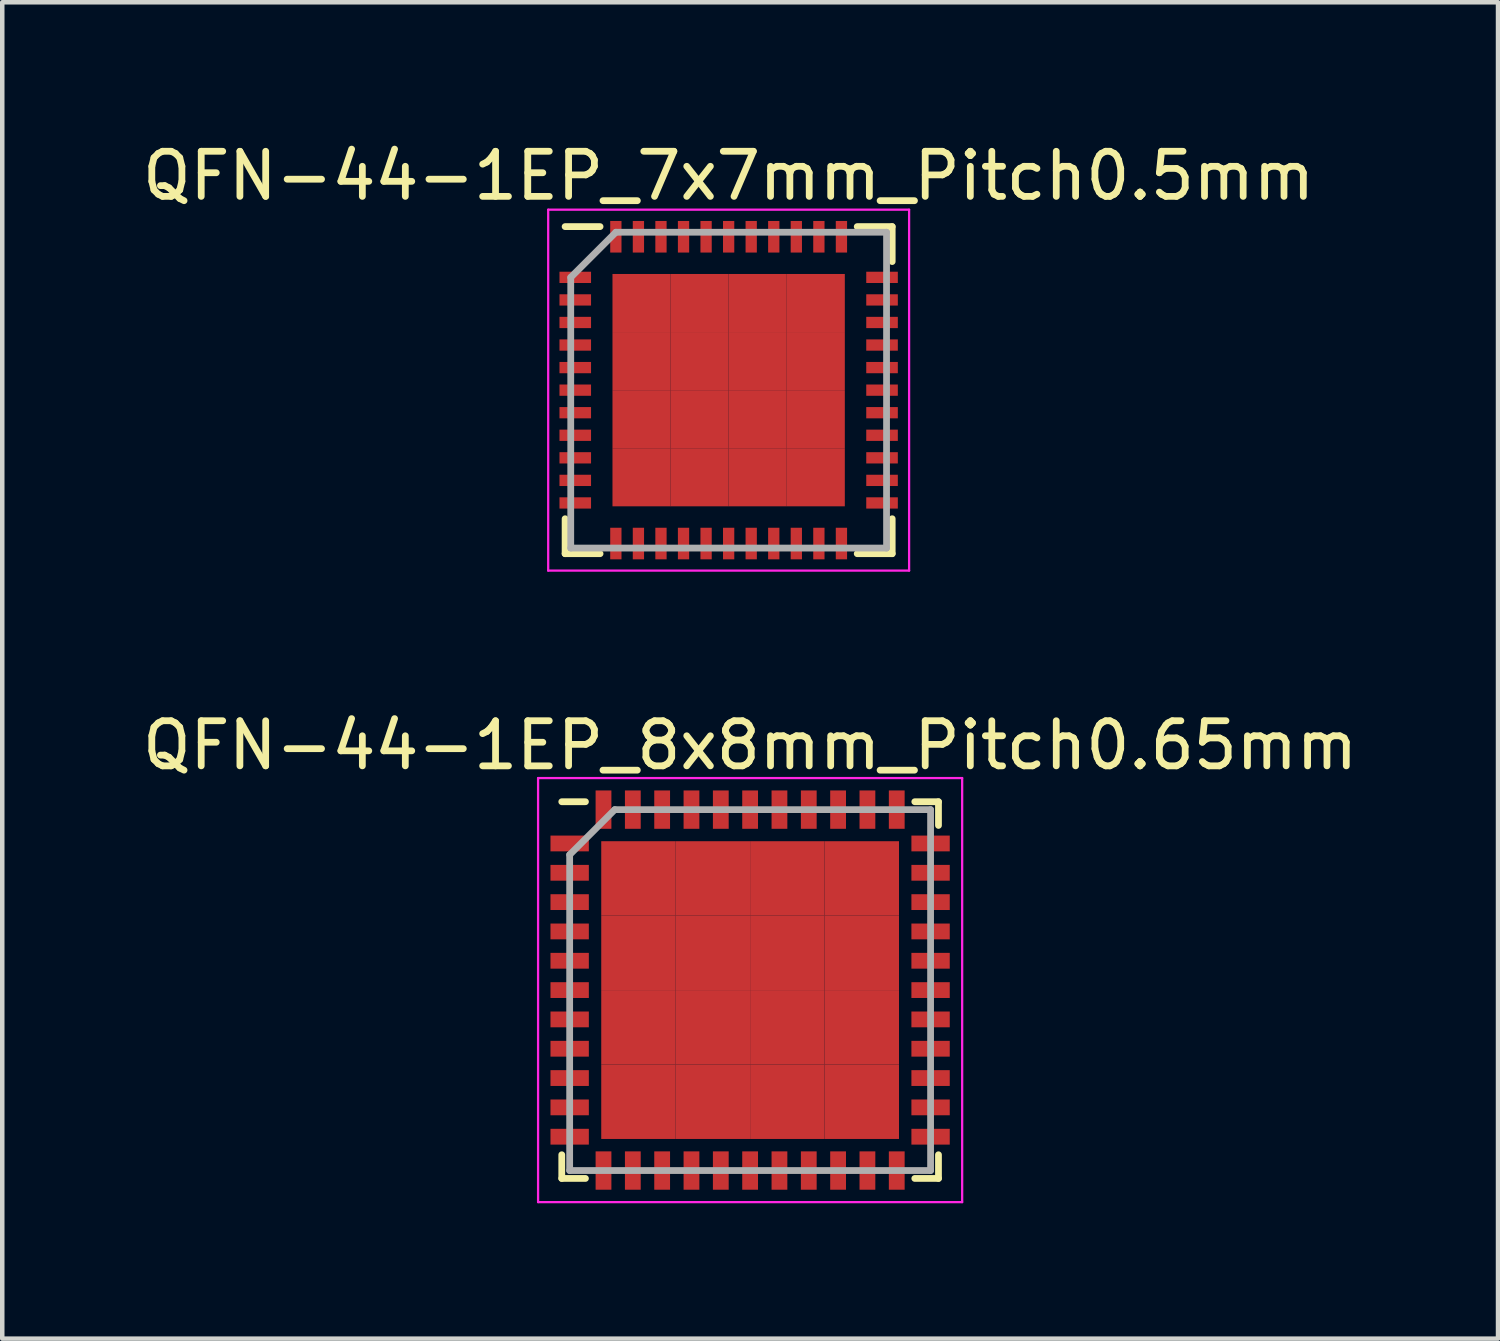
<source format=kicad_pcb>
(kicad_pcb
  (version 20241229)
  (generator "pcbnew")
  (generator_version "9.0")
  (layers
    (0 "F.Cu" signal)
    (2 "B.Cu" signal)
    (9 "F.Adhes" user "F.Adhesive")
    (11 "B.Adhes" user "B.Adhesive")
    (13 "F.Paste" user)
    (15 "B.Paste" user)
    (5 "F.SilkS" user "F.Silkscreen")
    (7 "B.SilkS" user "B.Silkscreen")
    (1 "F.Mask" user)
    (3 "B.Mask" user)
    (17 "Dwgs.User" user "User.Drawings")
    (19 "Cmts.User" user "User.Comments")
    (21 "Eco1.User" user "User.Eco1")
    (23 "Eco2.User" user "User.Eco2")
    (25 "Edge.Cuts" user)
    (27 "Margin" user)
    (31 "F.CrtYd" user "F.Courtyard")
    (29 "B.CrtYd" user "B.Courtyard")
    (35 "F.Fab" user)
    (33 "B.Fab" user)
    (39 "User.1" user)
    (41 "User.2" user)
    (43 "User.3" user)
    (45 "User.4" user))
  (footprint "QFN-44-1EP_7x7mm_Pitch0.5mm"
    (layer "F.Cu")
    (at 13.101 5.598)
    (property "Reference" "QFN-44-1EP_7x7mm_Pitch0.5mm" (at 0 -4.75 0) (layer "F.SilkS") (effects (font (size 1 1) (thickness 0.15))))
    (attr smd)
    (fp_line (start -3.625 -3.625) (end -2.85 -3.625) (stroke (width 0.15) (type solid)) (layer "F.SilkS"))
    (fp_line (start -3.625 3.625) (end -3.625 2.85) (stroke (width 0.15) (type solid)) (layer "F.SilkS"))
    (fp_line (start -3.625 3.625) (end -2.85 3.625) (stroke (width 0.15) (type solid)) (layer "F.SilkS"))
    (fp_line (start 3.625 -3.625) (end 2.85 -3.625) (stroke (width 0.15) (type solid)) (layer "F.SilkS"))
    (fp_line (start 3.625 -3.625) (end 3.625 -2.85) (stroke (width 0.15) (type solid)) (layer "F.SilkS"))
    (fp_line (start 3.625 3.625) (end 2.85 3.625) (stroke (width 0.15) (type solid)) (layer "F.SilkS"))
    (fp_line (start 3.625 3.625) (end 3.625 2.85) (stroke (width 0.15) (type solid)) (layer "F.SilkS"))
    (fp_line (start -4 -4) (end -4 4) (stroke (width 0.05) (type solid)) (layer "F.CrtYd"))
    (fp_line (start -4 -4) (end 4 -4) (stroke (width 0.05) (type solid)) (layer "F.CrtYd"))
    (fp_line (start -4 4) (end 4 4) (stroke (width 0.05) (type solid)) (layer "F.CrtYd"))
    (fp_line (start 4 -4) (end 4 4) (stroke (width 0.05) (type solid)) (layer "F.CrtYd"))
    (fp_line (start -3.5 -2.5) (end -2.5 -3.5) (stroke (width 0.15) (type solid)) (layer "F.Fab"))
    (fp_line (start -3.5 3.5) (end -3.5 -2.5) (stroke (width 0.15) (type solid)) (layer "F.Fab"))
    (fp_line (start -2.5 -3.5) (end 3.5 -3.5) (stroke (width 0.15) (type solid)) (layer "F.Fab"))
    (fp_line (start 3.5 -3.5) (end 3.5 3.5) (stroke (width 0.15) (type solid)) (layer "F.Fab"))
    (fp_line (start 3.5 3.5) (end -3.5 3.5) (stroke (width 0.15) (type solid)) (layer "F.Fab"))
    (pad "1" smd rect (at -3.4 -2.5) (size 0.7 0.25) (layers "F.Cu" "F.Mask" "F.Paste"))
    (pad "2" smd rect (at -3.4 -2) (size 0.7 0.25) (layers "F.Cu" "F.Mask" "F.Paste"))
    (pad "3" smd rect (at -3.4 -1.5) (size 0.7 0.25) (layers "F.Cu" "F.Mask" "F.Paste"))
    (pad "4" smd rect (at -3.4 -1) (size 0.7 0.25) (layers "F.Cu" "F.Mask" "F.Paste"))
    (pad "5" smd rect (at -3.4 -0.5) (size 0.7 0.25) (layers "F.Cu" "F.Mask" "F.Paste"))
    (pad "6" smd rect (at -3.4 0) (size 0.7 0.25) (layers "F.Cu" "F.Mask" "F.Paste"))
    (pad "7" smd rect (at -3.4 0.5) (size 0.7 0.25) (layers "F.Cu" "F.Mask" "F.Paste"))
    (pad "8" smd rect (at -3.4 1) (size 0.7 0.25) (layers "F.Cu" "F.Mask" "F.Paste"))
    (pad "9" smd rect (at -3.4 1.5) (size 0.7 0.25) (layers "F.Cu" "F.Mask" "F.Paste"))
    (pad "10" smd rect (at -3.4 2) (size 0.7 0.25) (layers "F.Cu" "F.Mask" "F.Paste"))
    (pad "11" smd rect (at -3.4 2.5) (size 0.7 0.25) (layers "F.Cu" "F.Mask" "F.Paste"))
    (pad "12" smd rect (at -2.5 3.4 90) (size 0.7 0.25) (layers "F.Cu" "F.Mask" "F.Paste"))
    (pad "13" smd rect (at -2 3.4 90) (size 0.7 0.25) (layers "F.Cu" "F.Mask" "F.Paste"))
    (pad "14" smd rect (at -1.5 3.4 90) (size 0.7 0.25) (layers "F.Cu" "F.Mask" "F.Paste"))
    (pad "15" smd rect (at -1 3.4 90) (size 0.7 0.25) (layers "F.Cu" "F.Mask" "F.Paste"))
    (pad "16" smd rect (at -0.5 3.4 90) (size 0.7 0.25) (layers "F.Cu" "F.Mask" "F.Paste"))
    (pad "17" smd rect (at 0 3.4 90) (size 0.7 0.25) (layers "F.Cu" "F.Mask" "F.Paste"))
    (pad "18" smd rect (at 0.5 3.4 90) (size 0.7 0.25) (layers "F.Cu" "F.Mask" "F.Paste"))
    (pad "19" smd rect (at 1 3.4 90) (size 0.7 0.25) (layers "F.Cu" "F.Mask" "F.Paste"))
    (pad "20" smd rect (at 1.5 3.4 90) (size 0.7 0.25) (layers "F.Cu" "F.Mask" "F.Paste"))
    (pad "21" smd rect (at 2 3.4 90) (size 0.7 0.25) (layers "F.Cu" "F.Mask" "F.Paste"))
    (pad "22" smd rect (at 2.5 3.4 90) (size 0.7 0.25) (layers "F.Cu" "F.Mask" "F.Paste"))
    (pad "23" smd rect (at 3.4 2.5) (size 0.7 0.25) (layers "F.Cu" "F.Mask" "F.Paste"))
    (pad "24" smd rect (at 3.4 2) (size 0.7 0.25) (layers "F.Cu" "F.Mask" "F.Paste"))
    (pad "25" smd rect (at 3.4 1.5) (size 0.7 0.25) (layers "F.Cu" "F.Mask" "F.Paste"))
    (pad "26" smd rect (at 3.4 1) (size 0.7 0.25) (layers "F.Cu" "F.Mask" "F.Paste"))
    (pad "27" smd rect (at 3.4 0.5) (size 0.7 0.25) (layers "F.Cu" "F.Mask" "F.Paste"))
    (pad "28" smd rect (at 3.4 0) (size 0.7 0.25) (layers "F.Cu" "F.Mask" "F.Paste"))
    (pad "29" smd rect (at 3.4 -0.5) (size 0.7 0.25) (layers "F.Cu" "F.Mask" "F.Paste"))
    (pad "30" smd rect (at 3.4 -1) (size 0.7 0.25) (layers "F.Cu" "F.Mask" "F.Paste"))
    (pad "31" smd rect (at 3.4 -1.5) (size 0.7 0.25) (layers "F.Cu" "F.Mask" "F.Paste"))
    (pad "32" smd rect (at 3.4 -2) (size 0.7 0.25) (layers "F.Cu" "F.Mask" "F.Paste"))
    (pad "33" smd rect (at 3.4 -2.5) (size 0.7 0.25) (layers "F.Cu" "F.Mask" "F.Paste"))
    (pad "34" smd rect (at 2.5 -3.4 90) (size 0.7 0.25) (layers "F.Cu" "F.Mask" "F.Paste"))
    (pad "35" smd rect (at 2 -3.4 90) (size 0.7 0.25) (layers "F.Cu" "F.Mask" "F.Paste"))
    (pad "36" smd rect (at 1.5 -3.4 90) (size 0.7 0.25) (layers "F.Cu" "F.Mask" "F.Paste"))
    (pad "37" smd rect (at 1 -3.4 90) (size 0.7 0.25) (layers "F.Cu" "F.Mask" "F.Paste"))
    (pad "38" smd rect (at 0.5 -3.4 90) (size 0.7 0.25) (layers "F.Cu" "F.Mask" "F.Paste"))
    (pad "39" smd rect (at 0 -3.4 90) (size 0.7 0.25) (layers "F.Cu" "F.Mask" "F.Paste"))
    (pad "40" smd rect (at -0.5 -3.4 90) (size 0.7 0.25) (layers "F.Cu" "F.Mask" "F.Paste"))
    (pad "41" smd rect (at -1 -3.4 90) (size 0.7 0.25) (layers "F.Cu" "F.Mask" "F.Paste"))
    (pad "42" smd rect (at -1.5 -3.4 90) (size 0.7 0.25) (layers "F.Cu" "F.Mask" "F.Paste"))
    (pad "43" smd rect (at -2 -3.4 90) (size 0.7 0.25) (layers "F.Cu" "F.Mask" "F.Paste"))
    (pad "44" smd rect (at -2.5 -3.4 90) (size 0.7 0.25) (layers "F.Cu" "F.Mask" "F.Paste"))
    (pad "45" smd rect (at -1.931 -1.931) (size 1.288 1.288) (layers "F.Cu" "F.Mask" "F.Paste"))
    (pad "45" smd rect (at -1.931 -0.644) (size 1.288 1.288) (layers "F.Cu" "F.Mask" "F.Paste"))
    (pad "45" smd rect (at -1.931 0.644) (size 1.288 1.288) (layers "F.Cu" "F.Mask" "F.Paste"))
    (pad "45" smd rect (at -1.931 1.931) (size 1.288 1.288) (layers "F.Cu" "F.Mask" "F.Paste"))
    (pad "45" smd rect (at -0.644 -1.931) (size 1.288 1.288) (layers "F.Cu" "F.Mask" "F.Paste"))
    (pad "45" smd rect (at -0.644 -0.644) (size 1.288 1.288) (layers "F.Cu" "F.Mask" "F.Paste"))
    (pad "45" smd rect (at -0.644 0.644) (size 1.288 1.288) (layers "F.Cu" "F.Mask" "F.Paste"))
    (pad "45" smd rect (at -0.644 1.931) (size 1.288 1.288) (layers "F.Cu" "F.Mask" "F.Paste"))
    (pad "45" smd rect (at 0.644 -1.931) (size 1.288 1.288) (layers "F.Cu" "F.Mask" "F.Paste"))
    (pad "45" smd rect (at 0.644 -0.644) (size 1.288 1.288) (layers "F.Cu" "F.Mask" "F.Paste"))
    (pad "45" smd rect (at 0.644 0.644) (size 1.288 1.288) (layers "F.Cu" "F.Mask" "F.Paste"))
    (pad "45" smd rect (at 0.644 1.931) (size 1.288 1.288) (layers "F.Cu" "F.Mask" "F.Paste"))
    (pad "45" smd rect (at 1.931 -1.931) (size 1.288 1.288) (layers "F.Cu" "F.Mask" "F.Paste"))
    (pad "45" smd rect (at 1.931 -0.644) (size 1.288 1.288) (layers "F.Cu" "F.Mask" "F.Paste"))
    (pad "45" smd rect (at 1.931 0.644) (size 1.288 1.288) (layers "F.Cu" "F.Mask" "F.Paste"))
    (pad "45" smd rect (at 1.931 1.931) (size 1.288 1.288) (layers "F.Cu" "F.Mask" "F.Paste")))
  (footprint "QFN-44-1EP_8x8mm_Pitch0.65mm"
    (layer "F.Cu")
    (at 13.577 18.896)
    (property "Reference" "QFN-44-1EP_8x8mm_Pitch0.65mm" (at 0 -5.425 0) (layer "F.SilkS") (effects (font (size 1 1) (thickness 0.15))))
    (attr smd)
    (fp_line (start -4.175 -4.175) (end -3.65 -4.175) (stroke (width 0.15) (type solid)) (layer "F.SilkS"))
    (fp_line (start -4.175 4.175) (end -4.175 3.65) (stroke (width 0.15) (type solid)) (layer "F.SilkS"))
    (fp_line (start -4.175 4.175) (end -3.65 4.175) (stroke (width 0.15) (type solid)) (layer "F.SilkS"))
    (fp_line (start 4.175 -4.175) (end 3.65 -4.175) (stroke (width 0.15) (type solid)) (layer "F.SilkS"))
    (fp_line (start 4.175 -4.175) (end 4.175 -3.65) (stroke (width 0.15) (type solid)) (layer "F.SilkS"))
    (fp_line (start 4.175 4.175) (end 3.65 4.175) (stroke (width 0.15) (type solid)) (layer "F.SilkS"))
    (fp_line (start 4.175 4.175) (end 4.175 3.65) (stroke (width 0.15) (type solid)) (layer "F.SilkS"))
    (fp_line (start -4.7 -4.7) (end -4.7 4.7) (stroke (width 0.05) (type solid)) (layer "F.CrtYd"))
    (fp_line (start -4.7 -4.7) (end 4.7 -4.7) (stroke (width 0.05) (type solid)) (layer "F.CrtYd"))
    (fp_line (start -4.7 4.7) (end 4.7 4.7) (stroke (width 0.05) (type solid)) (layer "F.CrtYd"))
    (fp_line (start 4.7 -4.7) (end 4.7 4.7) (stroke (width 0.05) (type solid)) (layer "F.CrtYd"))
    (fp_line (start -4 -3) (end -3 -4) (stroke (width 0.15) (type solid)) (layer "F.Fab"))
    (fp_line (start -4 4) (end -4 -3) (stroke (width 0.15) (type solid)) (layer "F.Fab"))
    (fp_line (start -3 -4) (end 4 -4) (stroke (width 0.15) (type solid)) (layer "F.Fab"))
    (fp_line (start 4 -4) (end 4 4) (stroke (width 0.15) (type solid)) (layer "F.Fab"))
    (fp_line (start 4 4) (end -4 4) (stroke (width 0.15) (type solid)) (layer "F.Fab"))
    (pad "1" smd rect (at -4 -3.25) (size 0.85 0.35) (layers "F.Cu" "F.Mask" "F.Paste"))
    (pad "2" smd rect (at -4 -2.6) (size 0.85 0.35) (layers "F.Cu" "F.Mask" "F.Paste"))
    (pad "3" smd rect (at -4 -1.95) (size 0.85 0.35) (layers "F.Cu" "F.Mask" "F.Paste"))
    (pad "4" smd rect (at -4 -1.3) (size 0.85 0.35) (layers "F.Cu" "F.Mask" "F.Paste"))
    (pad "5" smd rect (at -4 -0.65) (size 0.85 0.35) (layers "F.Cu" "F.Mask" "F.Paste"))
    (pad "6" smd rect (at -4 0) (size 0.85 0.35) (layers "F.Cu" "F.Mask" "F.Paste"))
    (pad "7" smd rect (at -4 0.65) (size 0.85 0.35) (layers "F.Cu" "F.Mask" "F.Paste"))
    (pad "8" smd rect (at -4 1.3) (size 0.85 0.35) (layers "F.Cu" "F.Mask" "F.Paste"))
    (pad "9" smd rect (at -4 1.95) (size 0.85 0.35) (layers "F.Cu" "F.Mask" "F.Paste"))
    (pad "10" smd rect (at -4 2.6) (size 0.85 0.35) (layers "F.Cu" "F.Mask" "F.Paste"))
    (pad "11" smd rect (at -4 3.25) (size 0.85 0.35) (layers "F.Cu" "F.Mask" "F.Paste"))
    (pad "12" smd rect (at -3.25 4 90) (size 0.85 0.35) (layers "F.Cu" "F.Mask" "F.Paste"))
    (pad "13" smd rect (at -2.6 4 90) (size 0.85 0.35) (layers "F.Cu" "F.Mask" "F.Paste"))
    (pad "14" smd rect (at -1.95 4 90) (size 0.85 0.35) (layers "F.Cu" "F.Mask" "F.Paste"))
    (pad "15" smd rect (at -1.3 4 90) (size 0.85 0.35) (layers "F.Cu" "F.Mask" "F.Paste"))
    (pad "16" smd rect (at -0.65 4 90) (size 0.85 0.35) (layers "F.Cu" "F.Mask" "F.Paste"))
    (pad "17" smd rect (at 0 4 90) (size 0.85 0.35) (layers "F.Cu" "F.Mask" "F.Paste"))
    (pad "18" smd rect (at 0.65 4 90) (size 0.85 0.35) (layers "F.Cu" "F.Mask" "F.Paste"))
    (pad "19" smd rect (at 1.3 4 90) (size 0.85 0.35) (layers "F.Cu" "F.Mask" "F.Paste"))
    (pad "20" smd rect (at 1.95 4 90) (size 0.85 0.35) (layers "F.Cu" "F.Mask" "F.Paste"))
    (pad "21" smd rect (at 2.6 4 90) (size 0.85 0.35) (layers "F.Cu" "F.Mask" "F.Paste"))
    (pad "22" smd rect (at 3.25 4 90) (size 0.85 0.35) (layers "F.Cu" "F.Mask" "F.Paste"))
    (pad "23" smd rect (at 4 3.25) (size 0.85 0.35) (layers "F.Cu" "F.Mask" "F.Paste"))
    (pad "24" smd rect (at 4 2.6) (size 0.85 0.35) (layers "F.Cu" "F.Mask" "F.Paste"))
    (pad "25" smd rect (at 4 1.95) (size 0.85 0.35) (layers "F.Cu" "F.Mask" "F.Paste"))
    (pad "26" smd rect (at 4 1.3) (size 0.85 0.35) (layers "F.Cu" "F.Mask" "F.Paste"))
    (pad "27" smd rect (at 4 0.65) (size 0.85 0.35) (layers "F.Cu" "F.Mask" "F.Paste"))
    (pad "28" smd rect (at 4 0) (size 0.85 0.35) (layers "F.Cu" "F.Mask" "F.Paste"))
    (pad "29" smd rect (at 4 -0.65) (size 0.85 0.35) (layers "F.Cu" "F.Mask" "F.Paste"))
    (pad "30" smd rect (at 4 -1.3) (size 0.85 0.35) (layers "F.Cu" "F.Mask" "F.Paste"))
    (pad "31" smd rect (at 4 -1.95) (size 0.85 0.35) (layers "F.Cu" "F.Mask" "F.Paste"))
    (pad "32" smd rect (at 4 -2.6) (size 0.85 0.35) (layers "F.Cu" "F.Mask" "F.Paste"))
    (pad "33" smd rect (at 4 -3.25) (size 0.85 0.35) (layers "F.Cu" "F.Mask" "F.Paste"))
    (pad "34" smd rect (at 3.25 -4 90) (size 0.85 0.35) (layers "F.Cu" "F.Mask" "F.Paste"))
    (pad "35" smd rect (at 2.6 -4 90) (size 0.85 0.35) (layers "F.Cu" "F.Mask" "F.Paste"))
    (pad "36" smd rect (at 1.95 -4 90) (size 0.85 0.35) (layers "F.Cu" "F.Mask" "F.Paste"))
    (pad "37" smd rect (at 1.3 -4 90) (size 0.85 0.35) (layers "F.Cu" "F.Mask" "F.Paste"))
    (pad "38" smd rect (at 0.65 -4 90) (size 0.85 0.35) (layers "F.Cu" "F.Mask" "F.Paste"))
    (pad "39" smd rect (at 0 -4 90) (size 0.85 0.35) (layers "F.Cu" "F.Mask" "F.Paste"))
    (pad "40" smd rect (at -0.65 -4 90) (size 0.85 0.35) (layers "F.Cu" "F.Mask" "F.Paste"))
    (pad "41" smd rect (at -1.3 -4 90) (size 0.85 0.35) (layers "F.Cu" "F.Mask" "F.Paste"))
    (pad "42" smd rect (at -1.95 -4 90) (size 0.85 0.35) (layers "F.Cu" "F.Mask" "F.Paste"))
    (pad "43" smd rect (at -2.6 -4 90) (size 0.85 0.35) (layers "F.Cu" "F.Mask" "F.Paste"))
    (pad "44" smd rect (at -3.25 -4 90) (size 0.85 0.35) (layers "F.Cu" "F.Mask" "F.Paste"))
    (pad "45" smd rect (at -2.475 -2.475) (size 1.65 1.65) (layers "F.Cu" "F.Mask" "F.Paste"))
    (pad "45" smd rect (at -2.475 -0.825) (size 1.65 1.65) (layers "F.Cu" "F.Mask" "F.Paste"))
    (pad "45" smd rect (at -2.475 0.825) (size 1.65 1.65) (layers "F.Cu" "F.Mask" "F.Paste"))
    (pad "45" smd rect (at -2.475 2.475) (size 1.65 1.65) (layers "F.Cu" "F.Mask" "F.Paste"))
    (pad "45" smd rect (at -0.825 -2.475) (size 1.65 1.65) (layers "F.Cu" "F.Mask" "F.Paste"))
    (pad "45" smd rect (at -0.825 -0.825) (size 1.65 1.65) (layers "F.Cu" "F.Mask" "F.Paste"))
    (pad "45" smd rect (at -0.825 0.825) (size 1.65 1.65) (layers "F.Cu" "F.Mask" "F.Paste"))
    (pad "45" smd rect (at -0.825 2.475) (size 1.65 1.65) (layers "F.Cu" "F.Mask" "F.Paste"))
    (pad "45" smd rect (at 0.825 -2.475) (size 1.65 1.65) (layers "F.Cu" "F.Mask" "F.Paste"))
    (pad "45" smd rect (at 0.825 -0.825) (size 1.65 1.65) (layers "F.Cu" "F.Mask" "F.Paste"))
    (pad "45" smd rect (at 0.825 0.825) (size 1.65 1.65) (layers "F.Cu" "F.Mask" "F.Paste"))
    (pad "45" smd rect (at 0.825 2.475) (size 1.65 1.65) (layers "F.Cu" "F.Mask" "F.Paste"))
    (pad "45" smd rect (at 2.475 -2.475) (size 1.65 1.65) (layers "F.Cu" "F.Mask" "F.Paste"))
    (pad "45" smd rect (at 2.475 -0.825) (size 1.65 1.65) (layers "F.Cu" "F.Mask" "F.Paste"))
    (pad "45" smd rect (at 2.475 0.825) (size 1.65 1.65) (layers "F.Cu" "F.Mask" "F.Paste"))
    (pad "45" smd rect (at 2.475 2.475) (size 1.65 1.65) (layers "F.Cu" "F.Mask" "F.Paste")))
  (gr_rect
    (start -3 -3)
    (end 30.155 26.622)
    (stroke (width 0.1) (type default))
    (fill no)
    (layer "Edge.Cuts")))
</source>
